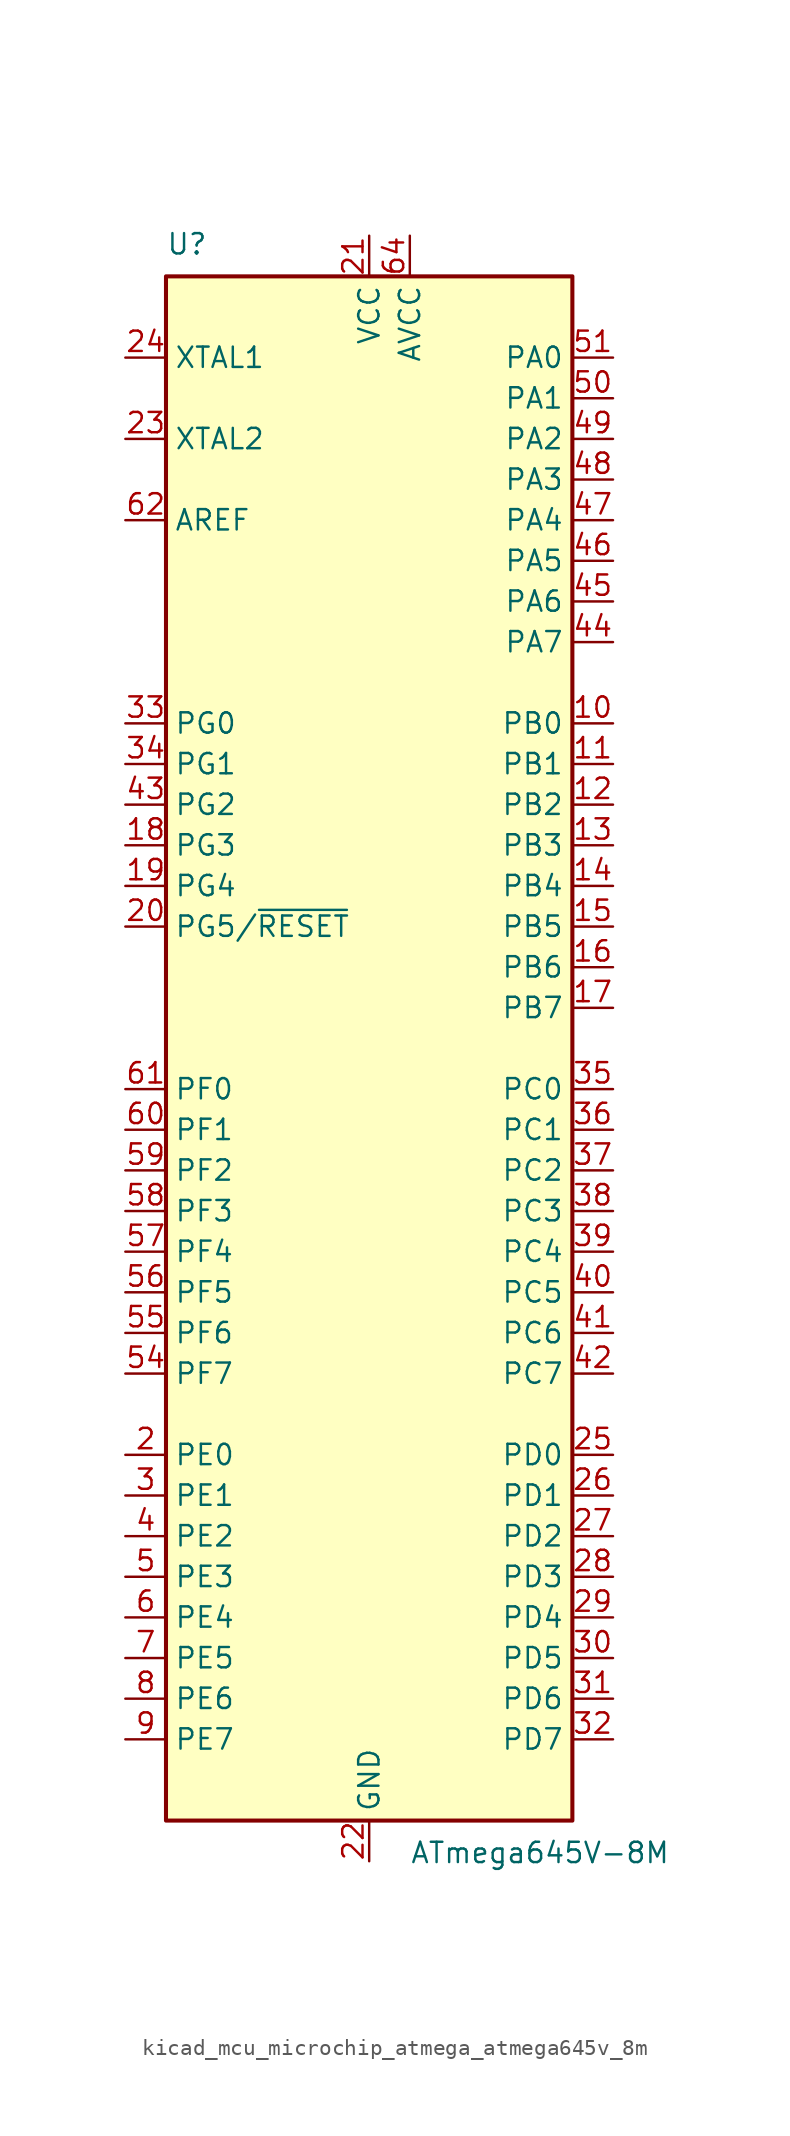
<source format=kicad_sym>
(kicad_symbol_lib
  (version 20220914)
  (generator kicad_symbol_editor)
  (symbol "kicad_mcu_microchip_atmega_atmega645v_8m"
    (property "Reference" "U"
      (at -12.7 49.53 0)
      (effects (font (size 1.27 1.27)) (justify left bottom)))
    (property "Value" "ATmega645V-8M"
      (at 2.54 -49.53 0)
      (effects (font (size 1.27 1.27)) (justify left top)))
    (symbol "kicad_mcu_microchip_atmega_atmega645v_8m_0_1"
      (rectangle (start -12.7 -48.26) (end 12.7 48.26) (stroke (width 0.254) (type default)) (fill (type background))))
    (symbol "kicad_mcu_microchip_atmega_atmega645v_8m_1_1"
      (pin no_connect line (at -12.7 -45.72 0) (length 2.54) hide (name "NC" (effects (font (size 1.27 1.27)))) (number "1" (effects (font (size 1.27 1.27)))))
      (pin bidirectional line (at 15.24 20.32 180) (length 2.54) (name "PB0" (effects (font (size 1.27 1.27)))) (number "10" (effects (font (size 1.27 1.27)))))
      (pin bidirectional line (at 15.24 17.78 180) (length 2.54) (name "PB1" (effects (font (size 1.27 1.27)))) (number "11" (effects (font (size 1.27 1.27)))))
      (pin bidirectional line (at 15.24 15.24 180) (length 2.54) (name "PB2" (effects (font (size 1.27 1.27)))) (number "12" (effects (font (size 1.27 1.27)))))
      (pin bidirectional line (at 15.24 12.7 180) (length 2.54) (name "PB3" (effects (font (size 1.27 1.27)))) (number "13" (effects (font (size 1.27 1.27)))))
      (pin bidirectional line (at 15.24 10.16 180) (length 2.54) (name "PB4" (effects (font (size 1.27 1.27)))) (number "14" (effects (font (size 1.27 1.27)))))
      (pin bidirectional line (at 15.24 7.62 180) (length 2.54) (name "PB5" (effects (font (size 1.27 1.27)))) (number "15" (effects (font (size 1.27 1.27)))))
      (pin bidirectional line (at 15.24 5.08 180) (length 2.54) (name "PB6" (effects (font (size 1.27 1.27)))) (number "16" (effects (font (size 1.27 1.27)))))
      (pin bidirectional line (at 15.24 2.54 180) (length 2.54) (name "PB7" (effects (font (size 1.27 1.27)))) (number "17" (effects (font (size 1.27 1.27)))))
      (pin bidirectional line (at -15.24 12.7 0) (length 2.54) (name "PG3" (effects (font (size 1.27 1.27)))) (number "18" (effects (font (size 1.27 1.27)))))
      (pin bidirectional line (at -15.24 10.16 0) (length 2.54) (name "PG4" (effects (font (size 1.27 1.27)))) (number "19" (effects (font (size 1.27 1.27)))))
      (pin bidirectional line (at -15.24 -25.4 0) (length 2.54) (name "PE0" (effects (font (size 1.27 1.27)))) (number "2" (effects (font (size 1.27 1.27)))))
      (pin bidirectional line (at -15.24 7.62 0) (length 2.54) (name "PG5/~{RESET}" (effects (font (size 1.27 1.27)))) (number "20" (effects (font (size 1.27 1.27)))))
      (pin power_in line (at 0 50.8 270) (length 2.54) (name "VCC" (effects (font (size 1.27 1.27)))) (number "21" (effects (font (size 1.27 1.27)))))
      (pin power_in line (at 0 -50.8 90) (length 2.54) (name "GND" (effects (font (size 1.27 1.27)))) (number "22" (effects (font (size 1.27 1.27)))))
      (pin output line (at -15.24 38.1 0) (length 2.54) (name "XTAL2" (effects (font (size 1.27 1.27)))) (number "23" (effects (font (size 1.27 1.27)))))
      (pin input line (at -15.24 43.18 0) (length 2.54) (name "XTAL1" (effects (font (size 1.27 1.27)))) (number "24" (effects (font (size 1.27 1.27)))))
      (pin bidirectional line (at 15.24 -25.4 180) (length 2.54) (name "PD0" (effects (font (size 1.27 1.27)))) (number "25" (effects (font (size 1.27 1.27)))))
      (pin bidirectional line (at 15.24 -27.94 180) (length 2.54) (name "PD1" (effects (font (size 1.27 1.27)))) (number "26" (effects (font (size 1.27 1.27)))))
      (pin bidirectional line (at 15.24 -30.48 180) (length 2.54) (name "PD2" (effects (font (size 1.27 1.27)))) (number "27" (effects (font (size 1.27 1.27)))))
      (pin bidirectional line (at 15.24 -33.02 180) (length 2.54) (name "PD3" (effects (font (size 1.27 1.27)))) (number "28" (effects (font (size 1.27 1.27)))))
      (pin bidirectional line (at 15.24 -35.56 180) (length 2.54) (name "PD4" (effects (font (size 1.27 1.27)))) (number "29" (effects (font (size 1.27 1.27)))))
      (pin bidirectional line (at -15.24 -27.94 0) (length 2.54) (name "PE1" (effects (font (size 1.27 1.27)))) (number "3" (effects (font (size 1.27 1.27)))))
      (pin bidirectional line (at 15.24 -38.1 180) (length 2.54) (name "PD5" (effects (font (size 1.27 1.27)))) (number "30" (effects (font (size 1.27 1.27)))))
      (pin bidirectional line (at 15.24 -40.64 180) (length 2.54) (name "PD6" (effects (font (size 1.27 1.27)))) (number "31" (effects (font (size 1.27 1.27)))))
      (pin bidirectional line (at 15.24 -43.18 180) (length 2.54) (name "PD7" (effects (font (size 1.27 1.27)))) (number "32" (effects (font (size 1.27 1.27)))))
      (pin bidirectional line (at -15.24 20.32 0) (length 2.54) (name "PG0" (effects (font (size 1.27 1.27)))) (number "33" (effects (font (size 1.27 1.27)))))
      (pin bidirectional line (at -15.24 17.78 0) (length 2.54) (name "PG1" (effects (font (size 1.27 1.27)))) (number "34" (effects (font (size 1.27 1.27)))))
      (pin bidirectional line (at 15.24 -2.54 180) (length 2.54) (name "PC0" (effects (font (size 1.27 1.27)))) (number "35" (effects (font (size 1.27 1.27)))))
      (pin bidirectional line (at 15.24 -5.08 180) (length 2.54) (name "PC1" (effects (font (size 1.27 1.27)))) (number "36" (effects (font (size 1.27 1.27)))))
      (pin bidirectional line (at 15.24 -7.62 180) (length 2.54) (name "PC2" (effects (font (size 1.27 1.27)))) (number "37" (effects (font (size 1.27 1.27)))))
      (pin bidirectional line (at 15.24 -10.16 180) (length 2.54) (name "PC3" (effects (font (size 1.27 1.27)))) (number "38" (effects (font (size 1.27 1.27)))))
      (pin bidirectional line (at 15.24 -12.7 180) (length 2.54) (name "PC4" (effects (font (size 1.27 1.27)))) (number "39" (effects (font (size 1.27 1.27)))))
      (pin bidirectional line (at -15.24 -30.48 0) (length 2.54) (name "PE2" (effects (font (size 1.27 1.27)))) (number "4" (effects (font (size 1.27 1.27)))))
      (pin bidirectional line (at 15.24 -15.24 180) (length 2.54) (name "PC5" (effects (font (size 1.27 1.27)))) (number "40" (effects (font (size 1.27 1.27)))))
      (pin bidirectional line (at 15.24 -17.78 180) (length 2.54) (name "PC6" (effects (font (size 1.27 1.27)))) (number "41" (effects (font (size 1.27 1.27)))))
      (pin bidirectional line (at 15.24 -20.32 180) (length 2.54) (name "PC7" (effects (font (size 1.27 1.27)))) (number "42" (effects (font (size 1.27 1.27)))))
      (pin bidirectional line (at -15.24 15.24 0) (length 2.54) (name "PG2" (effects (font (size 1.27 1.27)))) (number "43" (effects (font (size 1.27 1.27)))))
      (pin bidirectional line (at 15.24 25.4 180) (length 2.54) (name "PA7" (effects (font (size 1.27 1.27)))) (number "44" (effects (font (size 1.27 1.27)))))
      (pin bidirectional line (at 15.24 27.94 180) (length 2.54) (name "PA6" (effects (font (size 1.27 1.27)))) (number "45" (effects (font (size 1.27 1.27)))))
      (pin bidirectional line (at 15.24 30.48 180) (length 2.54) (name "PA5" (effects (font (size 1.27 1.27)))) (number "46" (effects (font (size 1.27 1.27)))))
      (pin bidirectional line (at 15.24 33.02 180) (length 2.54) (name "PA4" (effects (font (size 1.27 1.27)))) (number "47" (effects (font (size 1.27 1.27)))))
      (pin bidirectional line (at 15.24 35.56 180) (length 2.54) (name "PA3" (effects (font (size 1.27 1.27)))) (number "48" (effects (font (size 1.27 1.27)))))
      (pin bidirectional line (at 15.24 38.1 180) (length 2.54) (name "PA2" (effects (font (size 1.27 1.27)))) (number "49" (effects (font (size 1.27 1.27)))))
      (pin bidirectional line (at -15.24 -33.02 0) (length 2.54) (name "PE3" (effects (font (size 1.27 1.27)))) (number "5" (effects (font (size 1.27 1.27)))))
      (pin bidirectional line (at 15.24 40.64 180) (length 2.54) (name "PA1" (effects (font (size 1.27 1.27)))) (number "50" (effects (font (size 1.27 1.27)))))
      (pin bidirectional line (at 15.24 43.18 180) (length 2.54) (name "PA0" (effects (font (size 1.27 1.27)))) (number "51" (effects (font (size 1.27 1.27)))))
      (pin passive line (at 0 50.8 270) (length 2.54) hide (name "VCC" (effects (font (size 1.27 1.27)))) (number "52" (effects (font (size 1.27 1.27)))))
      (pin passive line (at 0 -50.8 90) (length 2.54) hide (name "GND" (effects (font (size 1.27 1.27)))) (number "53" (effects (font (size 1.27 1.27)))))
      (pin bidirectional line (at -15.24 -20.32 0) (length 2.54) (name "PF7" (effects (font (size 1.27 1.27)))) (number "54" (effects (font (size 1.27 1.27)))))
      (pin bidirectional line (at -15.24 -17.78 0) (length 2.54) (name "PF6" (effects (font (size 1.27 1.27)))) (number "55" (effects (font (size 1.27 1.27)))))
      (pin bidirectional line (at -15.24 -15.24 0) (length 2.54) (name "PF5" (effects (font (size 1.27 1.27)))) (number "56" (effects (font (size 1.27 1.27)))))
      (pin bidirectional line (at -15.24 -12.7 0) (length 2.54) (name "PF4" (effects (font (size 1.27 1.27)))) (number "57" (effects (font (size 1.27 1.27)))))
      (pin bidirectional line (at -15.24 -10.16 0) (length 2.54) (name "PF3" (effects (font (size 1.27 1.27)))) (number "58" (effects (font (size 1.27 1.27)))))
      (pin bidirectional line (at -15.24 -7.62 0) (length 2.54) (name "PF2" (effects (font (size 1.27 1.27)))) (number "59" (effects (font (size 1.27 1.27)))))
      (pin bidirectional line (at -15.24 -35.56 0) (length 2.54) (name "PE4" (effects (font (size 1.27 1.27)))) (number "6" (effects (font (size 1.27 1.27)))))
      (pin bidirectional line (at -15.24 -5.08 0) (length 2.54) (name "PF1" (effects (font (size 1.27 1.27)))) (number "60" (effects (font (size 1.27 1.27)))))
      (pin bidirectional line (at -15.24 -2.54 0) (length 2.54) (name "PF0" (effects (font (size 1.27 1.27)))) (number "61" (effects (font (size 1.27 1.27)))))
      (pin passive line (at -15.24 33.02 0) (length 2.54) (name "AREF" (effects (font (size 1.27 1.27)))) (number "62" (effects (font (size 1.27 1.27)))))
      (pin passive line (at 0 -50.8 90) (length 2.54) hide (name "GND" (effects (font (size 1.27 1.27)))) (number "63" (effects (font (size 1.27 1.27)))))
      (pin power_in line (at 2.54 50.8 270) (length 2.54) (name "AVCC" (effects (font (size 1.27 1.27)))) (number "64" (effects (font (size 1.27 1.27)))))
      (pin passive line (at 0 -50.8 90) (length 2.54) hide (name "GND" (effects (font (size 1.27 1.27)))) (number "65" (effects (font (size 1.27 1.27)))))
      (pin bidirectional line (at -15.24 -38.1 0) (length 2.54) (name "PE5" (effects (font (size 1.27 1.27)))) (number "7" (effects (font (size 1.27 1.27)))))
      (pin bidirectional line (at -15.24 -40.64 0) (length 2.54) (name "PE6" (effects (font (size 1.27 1.27)))) (number "8" (effects (font (size 1.27 1.27)))))
      (pin bidirectional line (at -15.24 -43.18 0) (length 2.54) (name "PE7" (effects (font (size 1.27 1.27)))) (number "9" (effects (font (size 1.27 1.27))))))))
</source>
